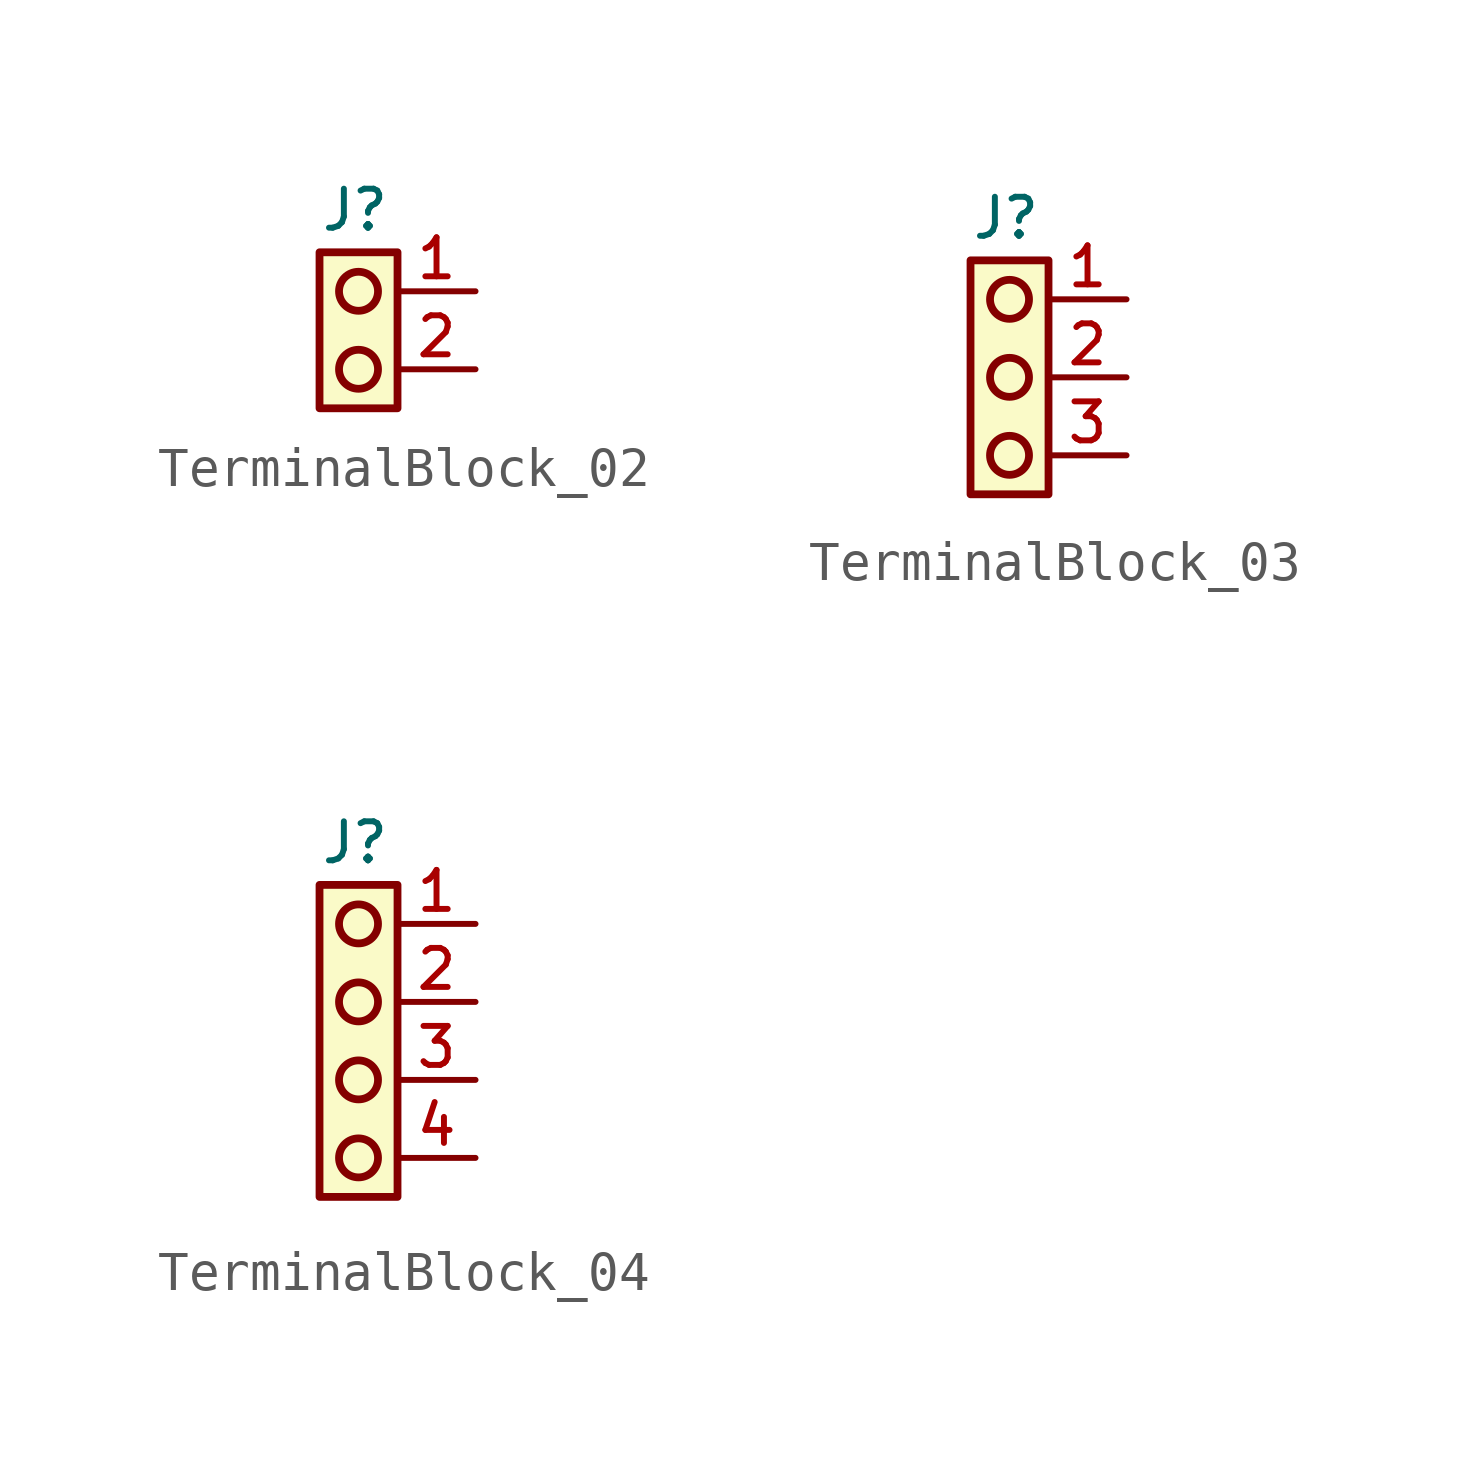
<source format=kicad_sym>
(kicad_symbol_lib
  (version 20241209)
  (generator "kicad_symbol_editor")
  (generator_version "9.0")
  (symbol "TerminalBlock_02"
    (pin_names
      (offset 0.5)
      (hide yes))
    (property "Reference" "J"
      (at -1 2.5 0)
      (effects (font (size 1 1)) (justify left bottom)))
    (symbol "TerminalBlock_02_1_1"
      (rectangle (start -1 2) (end 1 -2) (stroke (width 0.2) (type solid)) (fill (type color) (color 250 250 200 1)))
      (circle (center 0 1) (radius 0.5) (stroke (width 0.2) (type default)) (fill (type none)))
      (circle (center 0 -1) (radius 0.5) (stroke (width 0.2) (type default)) (fill (type none)))
      (pin passive line (at 3 1 180) (length 2) (name "1" (effects (font (size 1 1)))) (number "1" (effects (font (size 1 1)))))
      (pin passive line (at 3 -1 180) (length 2) (name "2" (effects (font (size 1 1)))) (number "2" (effects (font (size 1 1)))))))
  (symbol "TerminalBlock_03"
    (pin_names
      (offset 0.5)
      (hide yes))
    (property "Reference" "J"
      (at -1 3.5 0)
      (effects (font (size 1 1)) (justify left bottom)))
    (symbol "TerminalBlock_03_1_1"
      (rectangle (start -1 3) (end 1 -3) (stroke (width 0.2) (type solid)) (fill (type color) (color 250 250 200 1)))
      (circle (center 0 2) (radius 0.5) (stroke (width 0.2) (type default)) (fill (type none)))
      (circle (center 0 0) (radius 0.5) (stroke (width 0.2) (type default)) (fill (type none)))
      (circle (center 0 -2) (radius 0.5) (stroke (width 0.2) (type default)) (fill (type none)))
      (pin passive line (at 3 2 180) (length 2) (name "1" (effects (font (size 1 1)))) (number "1" (effects (font (size 1 1)))))
      (pin passive line (at 3 0 180) (length 2) (name "2" (effects (font (size 1 1)))) (number "2" (effects (font (size 1 1)))))
      (pin passive line (at 3 -2 180) (length 2) (name "3" (effects (font (size 1 1)))) (number "3" (effects (font (size 1 1)))))))
  (symbol "TerminalBlock_04"
    (pin_names
      (offset 0.5)
      (hide yes))
    (property "Reference" "J"
      (at -1 4.5 0)
      (effects (font (size 1 1)) (justify left bottom)))
    (symbol "TerminalBlock_04_1_1"
      (rectangle (start -1 4) (end 1 -4) (stroke (width 0.2) (type solid)) (fill (type color) (color 250 250 200 1)))
      (circle (center 0 3) (radius 0.5) (stroke (width 0.2) (type default)) (fill (type none)))
      (circle (center 0 1) (radius 0.5) (stroke (width 0.2) (type default)) (fill (type none)))
      (circle (center 0 -1) (radius 0.5) (stroke (width 0.2) (type default)) (fill (type none)))
      (circle (center 0 -3) (radius 0.5) (stroke (width 0.2) (type default)) (fill (type none)))
      (pin passive line (at 3 3 180) (length 2) (name "1" (effects (font (size 1 1)))) (number "1" (effects (font (size 1 1)))))
      (pin passive line (at 3 1 180) (length 2) (name "2" (effects (font (size 1 1)))) (number "2" (effects (font (size 1 1)))))
      (pin passive line (at 3 -1 180) (length 2) (name "3" (effects (font (size 1 1)))) (number "3" (effects (font (size 1 1)))))
      (pin passive line (at 3 -3 180) (length 2) (name "4" (effects (font (size 1 1)))) (number "4" (effects (font (size 1 1))))))))
</source>
